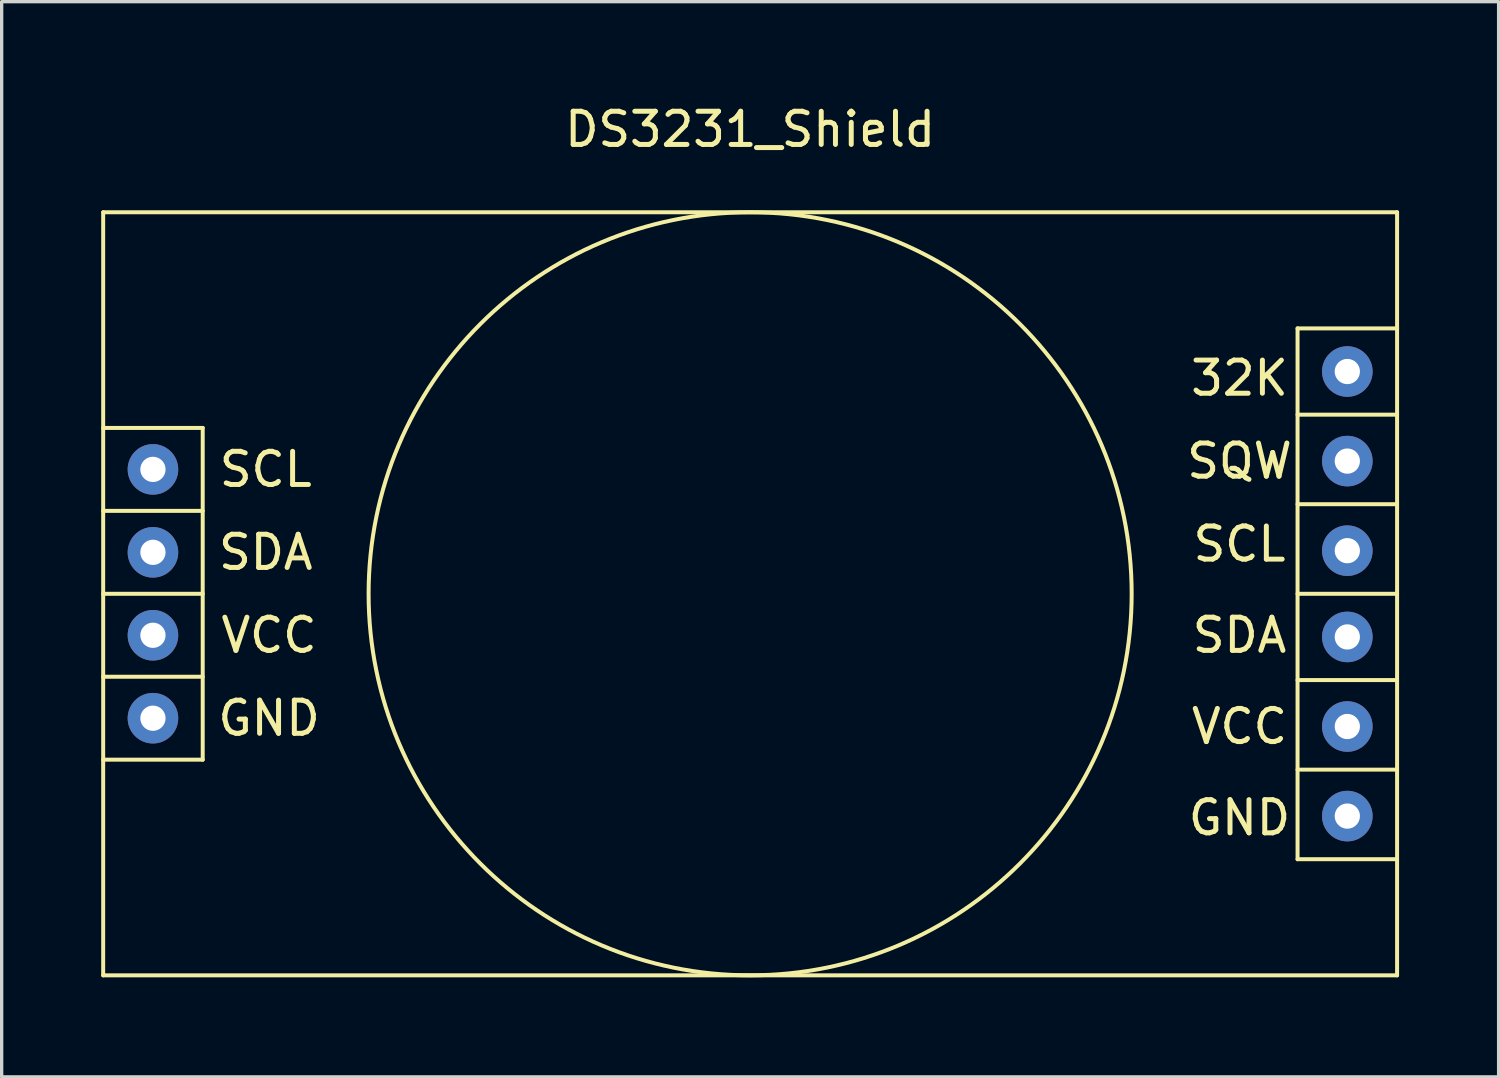
<source format=kicad_pcb>
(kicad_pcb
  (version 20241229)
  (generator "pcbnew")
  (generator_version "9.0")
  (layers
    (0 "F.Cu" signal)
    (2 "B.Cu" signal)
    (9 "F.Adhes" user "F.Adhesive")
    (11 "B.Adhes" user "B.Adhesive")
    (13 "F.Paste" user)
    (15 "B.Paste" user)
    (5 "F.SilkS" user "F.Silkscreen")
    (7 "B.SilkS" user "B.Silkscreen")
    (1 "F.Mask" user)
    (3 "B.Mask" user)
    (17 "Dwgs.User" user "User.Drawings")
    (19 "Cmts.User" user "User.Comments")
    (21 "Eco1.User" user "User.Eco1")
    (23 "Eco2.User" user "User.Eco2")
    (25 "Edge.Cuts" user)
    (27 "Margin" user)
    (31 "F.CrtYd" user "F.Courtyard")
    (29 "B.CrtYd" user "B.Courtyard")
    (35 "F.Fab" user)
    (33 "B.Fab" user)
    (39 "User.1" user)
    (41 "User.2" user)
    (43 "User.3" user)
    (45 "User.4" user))
  (footprint "DS3231_Shield"
    (layer "F.Cu")
    (at 19.56 3.348)
    (property "Reference" "DS3231_Shield" (at 0 -2.5 0) (layer "F.SilkS") (effects (font (size 1 1) (thickness 0.15))))
    (attr through_hole)
    (fp_line (start -19.5 0) (end -19.5 23) (stroke (width 0.12) (type solid)) (layer "F.SilkS"))
    (fp_line (start -19.5 6.5) (end -16.5 6.5) (stroke (width 0.12) (type solid)) (layer "F.SilkS"))
    (fp_line (start -19.5 9) (end -16.5 9) (stroke (width 0.12) (type solid)) (layer "F.SilkS"))
    (fp_line (start -19.5 11.5) (end -16.5 11.5) (stroke (width 0.12) (type solid)) (layer "F.SilkS"))
    (fp_line (start -19.5 14) (end -16.5 14) (stroke (width 0.12) (type solid)) (layer "F.SilkS"))
    (fp_line (start -19.5 23) (end 19.5 23) (stroke (width 0.12) (type solid)) (layer "F.SilkS"))
    (fp_line (start -16.5 6.5) (end -16.5 16.5) (stroke (width 0.12) (type solid)) (layer "F.SilkS"))
    (fp_line (start -16.5 16.5) (end -19.5 16.5) (stroke (width 0.12) (type solid)) (layer "F.SilkS"))
    (fp_line (start 16.5 3.5) (end 16.5 19.5) (stroke (width 0.12) (type solid)) (layer "F.SilkS"))
    (fp_line (start 16.5 19.5) (end 19.5 19.5) (stroke (width 0.12) (type solid)) (layer "F.SilkS"))
    (fp_line (start 19.5 0) (end -19.5 0) (stroke (width 0.12) (type solid)) (layer "F.SilkS"))
    (fp_line (start 19.5 3.5) (end 16.5 3.5) (stroke (width 0.12) (type solid)) (layer "F.SilkS"))
    (fp_line (start 19.5 6.1) (end 16.5 6.1) (stroke (width 0.12) (type solid)) (layer "F.SilkS"))
    (fp_line (start 19.5 8.8) (end 16.5 8.8) (stroke (width 0.12) (type solid)) (layer "F.SilkS"))
    (fp_line (start 19.5 11.5) (end 16.5 11.5) (stroke (width 0.12) (type solid)) (layer "F.SilkS"))
    (fp_line (start 19.5 14.1) (end 16.5 14.1) (stroke (width 0.12) (type solid)) (layer "F.SilkS"))
    (fp_line (start 19.5 16.8) (end 16.5 16.8) (stroke (width 0.12) (type solid)) (layer "F.SilkS"))
    (fp_line (start 19.5 23) (end 19.5 0) (stroke (width 0.12) (type solid)) (layer "F.SilkS"))
    (fp_circle (center 0 11.5) (end 0 23) (stroke (width 0.12) (type solid)) (fill no) (layer "F.SilkS"))
    (fp_text user "VCC" (at 14.75 15.5 0) (layer "F.SilkS") (effects (font (size 1 1) (thickness 0.15))))
    (fp_text user "SCL" (at -14.6 7.75 0) (layer "F.SilkS") (effects (font (size 1 1) (thickness 0.15))))
    (fp_text user "VCC" (at -14.5 12.75 0) (layer "F.SilkS") (effects (font (size 1 1) (thickness 0.15))))
    (fp_text user "GND" (at 14.75 18.25 0) (layer "F.SilkS") (effects (font (size 1 1) (thickness 0.15))))
    (fp_text user "SCL" (at 14.75 10 0) (layer "F.SilkS") (effects (font (size 1 1) (thickness 0.15))))
    (fp_text user "GND" (at -14.5 15.25 0) (layer "F.SilkS") (effects (font (size 1 1) (thickness 0.15))))
    (fp_text user "SDA" (at 14.75 12.75 0) (layer "F.SilkS") (effects (font (size 1 1) (thickness 0.15))))
    (fp_text user "SDA" (at -14.6 10.25 0) (layer "F.SilkS") (effects (font (size 1 1) (thickness 0.15))))
    (fp_text user "SQW" (at 14.75 7.5 0) (layer "F.SilkS") (effects (font (size 1 1) (thickness 0.15))))
    (fp_text user "32K" (at 14.75 5 0) (layer "F.SilkS") (effects (font (size 1 1) (thickness 0.15))))
    (pad "1" thru_hole circle (at -18 7.75) (size 1.524 1.524) (drill 0.762) (layers "*.Cu" "*.Mask"))
    (pad "2" thru_hole circle (at -18 10.25) (size 1.524 1.524) (drill 0.762) (layers "*.Cu" "*.Mask"))
    (pad "3" thru_hole circle (at -18 12.75) (size 1.524 1.524) (drill 0.762) (layers "*.Cu" "*.Mask"))
    (pad "4" thru_hole circle (at -18 15.25) (size 1.524 1.524) (drill 0.762) (layers "*.Cu" "*.Mask"))
    (pad "5" thru_hole circle (at 18 4.8) (size 1.524 1.524) (drill 0.762) (layers "*.Cu" "*.Mask"))
    (pad "6" thru_hole circle (at 18 7.5) (size 1.524 1.524) (drill 0.762) (layers "*.Cu" "*.Mask"))
    (pad "7" thru_hole circle (at 18 10.2) (size 1.524 1.524) (drill 0.762) (layers "*.Cu" "*.Mask"))
    (pad "8" thru_hole circle (at 18 12.8) (size 1.524 1.524) (drill 0.762) (layers "*.Cu" "*.Mask"))
    (pad "9" thru_hole circle (at 18 15.5) (size 1.524 1.524) (drill 0.762) (layers "*.Cu" "*.Mask"))
    (pad "10" thru_hole circle (at 18 18.2) (size 1.524 1.524) (drill 0.762) (layers "*.Cu" "*.Mask")))
  (gr_rect
    (start -3 -3)
    (end 42.12 29.408)
    (stroke (width 0.1) (type default))
    (fill no)
    (layer "Edge.Cuts")))
</source>
